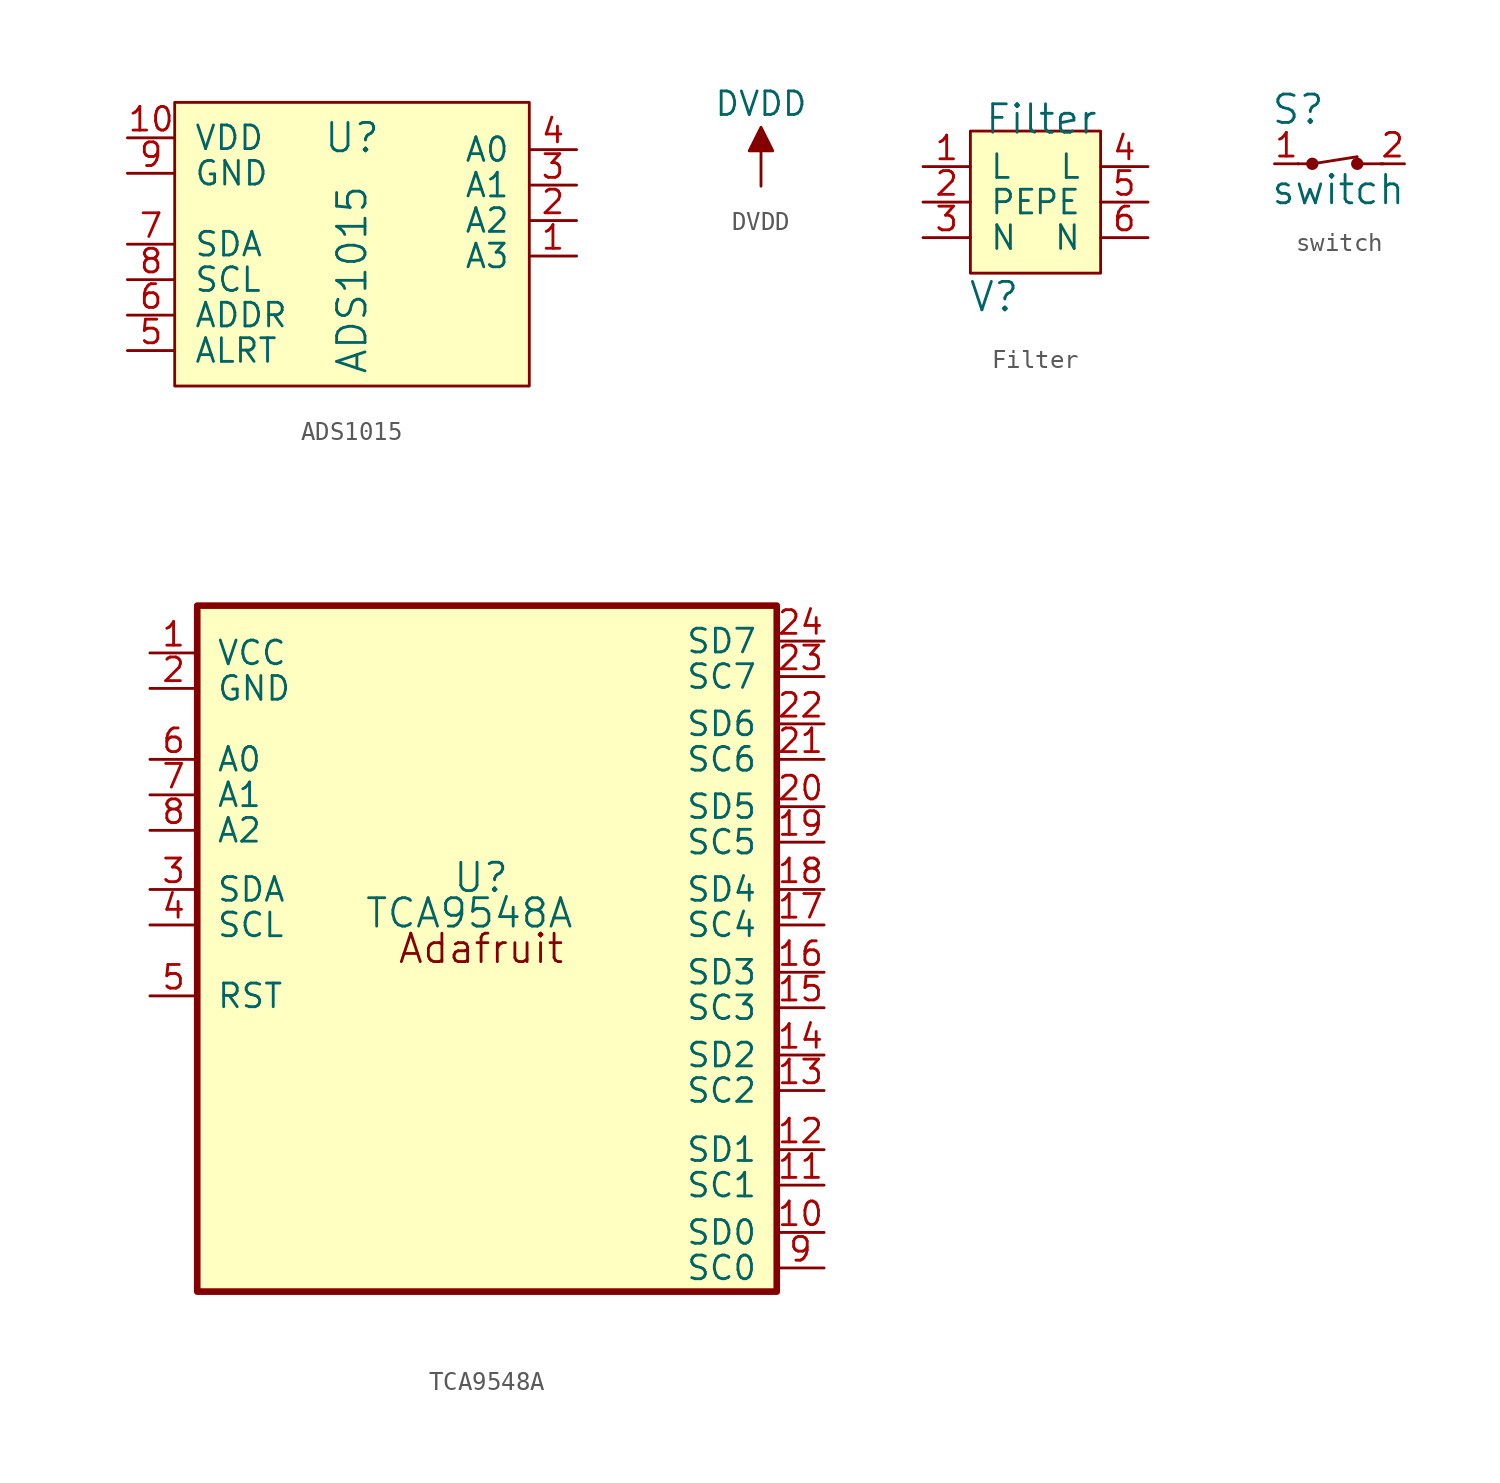
<source format=kicad_sym>
(kicad_symbol_lib
  (version 20211014)
  (generator kicad_symbol_editor)
  (symbol "ADS1015"
    (pin_names
      (offset 1.016))
    (property "Reference" "U"
      (at 0 5.715 0)
      (effects (font (size 1.524 1.524))))
    (property "Value" "ADS1015"
      (at 0 -1.905 90)
      (effects (font (size 1.524 1.524))))
    (symbol "ADS1015_0_1"
      (rectangle (start -9.525 7.62) (end 9.525 -7.62) (stroke (width 0) (type default) (color 0 0 0 0)) (fill (type background))))
    (symbol "ADS1015_1_1"
      (pin input line (at 12.065 -0.635 180) (length 2.54) (name "A3" (effects (font (size 1.27 1.27)))) (number "1" (effects (font (size 1.27 1.27)))))
      (pin input line (at -12.065 5.715 0) (length 2.54) (name "VDD" (effects (font (size 1.27 1.27)))) (number "10" (effects (font (size 1.27 1.27)))))
      (pin input line (at 12.065 1.27 180) (length 2.54) (name "A2" (effects (font (size 1.27 1.27)))) (number "2" (effects (font (size 1.27 1.27)))))
      (pin input line (at 12.065 3.175 180) (length 2.54) (name "A1" (effects (font (size 1.27 1.27)))) (number "3" (effects (font (size 1.27 1.27)))))
      (pin input line (at 12.065 5.08 180) (length 2.54) (name "A0" (effects (font (size 1.27 1.27)))) (number "4" (effects (font (size 1.27 1.27)))))
      (pin input line (at -12.065 -5.715 0) (length 2.54) (name "ALRT" (effects (font (size 1.27 1.27)))) (number "5" (effects (font (size 1.27 1.27)))))
      (pin input line (at -12.065 -3.81 0) (length 2.54) (name "ADDR" (effects (font (size 1.27 1.27)))) (number "6" (effects (font (size 1.27 1.27)))))
      (pin input line (at -12.065 0 0) (length 2.54) (name "SDA" (effects (font (size 1.27 1.27)))) (number "7" (effects (font (size 1.27 1.27)))))
      (pin input line (at -12.065 -1.905 0) (length 2.54) (name "SCL" (effects (font (size 1.27 1.27)))) (number "8" (effects (font (size 1.27 1.27)))))
      (pin input line (at -12.065 3.81 0) (length 2.54) (name "GND" (effects (font (size 1.27 1.27)))) (number "9" (effects (font (size 1.27 1.27)))))))
  (symbol "DVDD"
    (power)
    (pin_names
      (offset 0))
    (property "Reference" "#PWR"
      (at -2.54 1.27 90)
      (effects (font (size 1.27 1.27)) hide))
    (property "Value" "DVDD"
      (at 0 4.445 0)
      (effects (font (size 1.27 1.27))))
    (property "Footprint" ""
      (at 0 0 0)
      (effects (font (size 1.27 1.27))))
    (property "Datasheet" ""
      (at 0 0 0)
      (effects (font (size 1.27 1.27))))
    (symbol "DVDD_0_1"
      (polyline (pts (xy 0 0) (xy 0 1.905) (xy -0.635 1.905) (xy 0 3.175) (xy 0.635 1.905) (xy 0 1.905)) (stroke (width 0) (type default) (color 0 0 0 0)) (fill (type outline))))
    (symbol "DVDD_1_1"
      (pin power_out line (at 0 0 90) (length 0) hide (name "DVDD" (effects (font (size 1.27 1.27)))) (number "1" (effects (font (size 1.27 1.27)))))))
  (symbol "Filter"
    (pin_names
      (offset 1.016))
    (property "Reference" "V"
      (at -2.54 -5.715 0)
      (effects (font (size 1.524 1.524))))
    (property "Value" "Filter"
      (at 0 3.81 0)
      (effects (font (size 1.524 1.524))))
    (symbol "Filter_0_1"
      (rectangle (start -3.81 3.175) (end 3.175 -4.445) (stroke (width 0) (type default) (color 0 0 0 0)) (fill (type background))))
    (symbol "Filter_1_1"
      (pin input line (at -6.35 1.27 0) (length 2.54) (name "L" (effects (font (size 1.27 1.27)))) (number "1" (effects (font (size 1.27 1.27)))))
      (pin input line (at -6.35 -0.635 0) (length 2.54) (name "PE" (effects (font (size 1.27 1.27)))) (number "2" (effects (font (size 1.27 1.27)))))
      (pin input line (at -6.35 -2.54 0) (length 2.54) (name "N" (effects (font (size 1.27 1.27)))) (number "3" (effects (font (size 1.27 1.27)))))
      (pin input line (at 5.715 1.27 180) (length 2.54) (name "L" (effects (font (size 1.27 1.27)))) (number "4" (effects (font (size 1.27 1.27)))))
      (pin input line (at 5.715 -0.635 180) (length 2.54) (name "PE" (effects (font (size 1.27 1.27)))) (number "5" (effects (font (size 1.27 1.27)))))
      (pin input line (at 5.715 -2.54 180) (length 2.54) (name "N" (effects (font (size 1.27 1.27)))) (number "6" (effects (font (size 1.27 1.27)))))))
  (symbol "switch"
    (pin_names
      (offset 1.016))
    (property "Reference" "S"
      (at 1.27 2.921 0)
      (effects (font (size 1.524 1.524))))
    (property "Value" "switch"
      (at 3.429 -1.397 0)
      (effects (font (size 1.524 1.524))))
    (symbol "switch_0_1"
      (polyline (pts (xy 1.27 0) (xy 2.032 0)) (stroke (width 0) (type default) (color 0 0 0 0)) (fill (type none)))
      (polyline (pts (xy 2.032 0) (xy 4.445 0.381)) (stroke (width 0) (type default) (color 0 0 0 0)) (fill (type none)))
      (polyline (pts (xy 4.445 0) (xy 5.842 0)) (stroke (width 0) (type default) (color 0 0 0 0)) (fill (type none)))
      (circle (center 2.032 0) (radius 0.254) (stroke (width 0) (type default) (color 0 0 0 0)) (fill (type outline)))
      (circle (center 4.445 0) (radius 0.254) (stroke (width 0) (type default) (color 0 0 0 0)) (fill (type outline))))
    (symbol "switch_1_1"
      (pin input line (at 0 0 0) (length 1.27) (name "~" (effects (font (size 1.27 1.27)))) (number "1" (effects (font (size 1.27 1.27)))))
      (pin input line (at 6.985 0 180) (length 1.27) (name "~" (effects (font (size 1.27 1.27)))) (number "2" (effects (font (size 1.27 1.27)))))))
  (symbol "TCA9548A"
    (pin_names
      (offset 1.016))
    (property "Reference" "U"
      (at 0 2.54 0)
      (effects (font (size 1.524 1.524))))
    (property "Value" "TCA9548A"
      (at -0.635 0.635 0)
      (effects (font (size 1.524 1.524))))
    (symbol "TCA9548A_0_0"
      (text "Adafruit" (at 0 -1.27 0) (effects (font (size 1.524 1.524)))))
    (symbol "TCA9548A_0_1"
      (rectangle (start -15.24 17.145) (end 15.875 -19.685) (stroke (width 0.356) (type default) (color 0 0 0 0)) (fill (type background))))
    (symbol "TCA9548A_1_1"
      (pin input line (at -17.78 14.605 0) (length 2.54) (name "VCC" (effects (font (size 1.27 1.27)))) (number "1" (effects (font (size 1.27 1.27)))))
      (pin input line (at 18.415 -16.51 180) (length 2.54) (name "SD0" (effects (font (size 1.27 1.27)))) (number "10" (effects (font (size 1.27 1.27)))))
      (pin input line (at 18.415 -13.97 180) (length 2.54) (name "SC1" (effects (font (size 1.27 1.27)))) (number "11" (effects (font (size 1.27 1.27)))))
      (pin input line (at 18.415 -12.065 180) (length 2.54) (name "SD1" (effects (font (size 1.27 1.27)))) (number "12" (effects (font (size 1.27 1.27)))))
      (pin input line (at 18.415 -8.89 180) (length 2.54) (name "SC2" (effects (font (size 1.27 1.27)))) (number "13" (effects (font (size 1.27 1.27)))))
      (pin input line (at 18.415 -6.985 180) (length 2.54) (name "SD2" (effects (font (size 1.27 1.27)))) (number "14" (effects (font (size 1.27 1.27)))))
      (pin input line (at 18.415 -4.445 180) (length 2.54) (name "SC3" (effects (font (size 1.27 1.27)))) (number "15" (effects (font (size 1.27 1.27)))))
      (pin input line (at 18.415 -2.54 180) (length 2.54) (name "SD3" (effects (font (size 1.27 1.27)))) (number "16" (effects (font (size 1.27 1.27)))))
      (pin input line (at 18.415 0 180) (length 2.54) (name "SC4" (effects (font (size 1.27 1.27)))) (number "17" (effects (font (size 1.27 1.27)))))
      (pin input line (at 18.415 1.905 180) (length 2.54) (name "SD4" (effects (font (size 1.27 1.27)))) (number "18" (effects (font (size 1.27 1.27)))))
      (pin input line (at 18.415 4.445 180) (length 2.54) (name "SC5" (effects (font (size 1.27 1.27)))) (number "19" (effects (font (size 1.27 1.27)))))
      (pin input line (at -17.78 12.7 0) (length 2.54) (name "GND" (effects (font (size 1.27 1.27)))) (number "2" (effects (font (size 1.27 1.27)))))
      (pin input line (at 18.415 6.35 180) (length 2.54) (name "SD5" (effects (font (size 1.27 1.27)))) (number "20" (effects (font (size 1.27 1.27)))))
      (pin input line (at 18.415 8.89 180) (length 2.54) (name "SC6" (effects (font (size 1.27 1.27)))) (number "21" (effects (font (size 1.27 1.27)))))
      (pin input line (at 18.415 10.795 180) (length 2.54) (name "SD6" (effects (font (size 1.27 1.27)))) (number "22" (effects (font (size 1.27 1.27)))))
      (pin input line (at 18.415 13.335 180) (length 2.54) (name "SC7" (effects (font (size 1.27 1.27)))) (number "23" (effects (font (size 1.27 1.27)))))
      (pin input line (at 18.415 15.24 180) (length 2.54) (name "SD7" (effects (font (size 1.27 1.27)))) (number "24" (effects (font (size 1.27 1.27)))))
      (pin input line (at -17.78 1.905 0) (length 2.54) (name "SDA" (effects (font (size 1.27 1.27)))) (number "3" (effects (font (size 1.27 1.27)))))
      (pin input line (at -17.78 0 0) (length 2.54) (name "SCL" (effects (font (size 1.27 1.27)))) (number "4" (effects (font (size 1.27 1.27)))))
      (pin input line (at -17.78 -3.81 0) (length 2.54) (name "RST" (effects (font (size 1.27 1.27)))) (number "5" (effects (font (size 1.27 1.27)))))
      (pin input line (at -17.78 8.89 0) (length 2.54) (name "A0" (effects (font (size 1.27 1.27)))) (number "6" (effects (font (size 1.27 1.27)))))
      (pin input line (at -17.78 6.985 0) (length 2.54) (name "A1" (effects (font (size 1.27 1.27)))) (number "7" (effects (font (size 1.27 1.27)))))
      (pin input line (at -17.78 5.08 0) (length 2.54) (name "A2" (effects (font (size 1.27 1.27)))) (number "8" (effects (font (size 1.27 1.27)))))
      (pin input line (at 18.415 -18.415 180) (length 2.54) (name "SC0" (effects (font (size 1.27 1.27)))) (number "9" (effects (font (size 1.27 1.27))))))))
</source>
